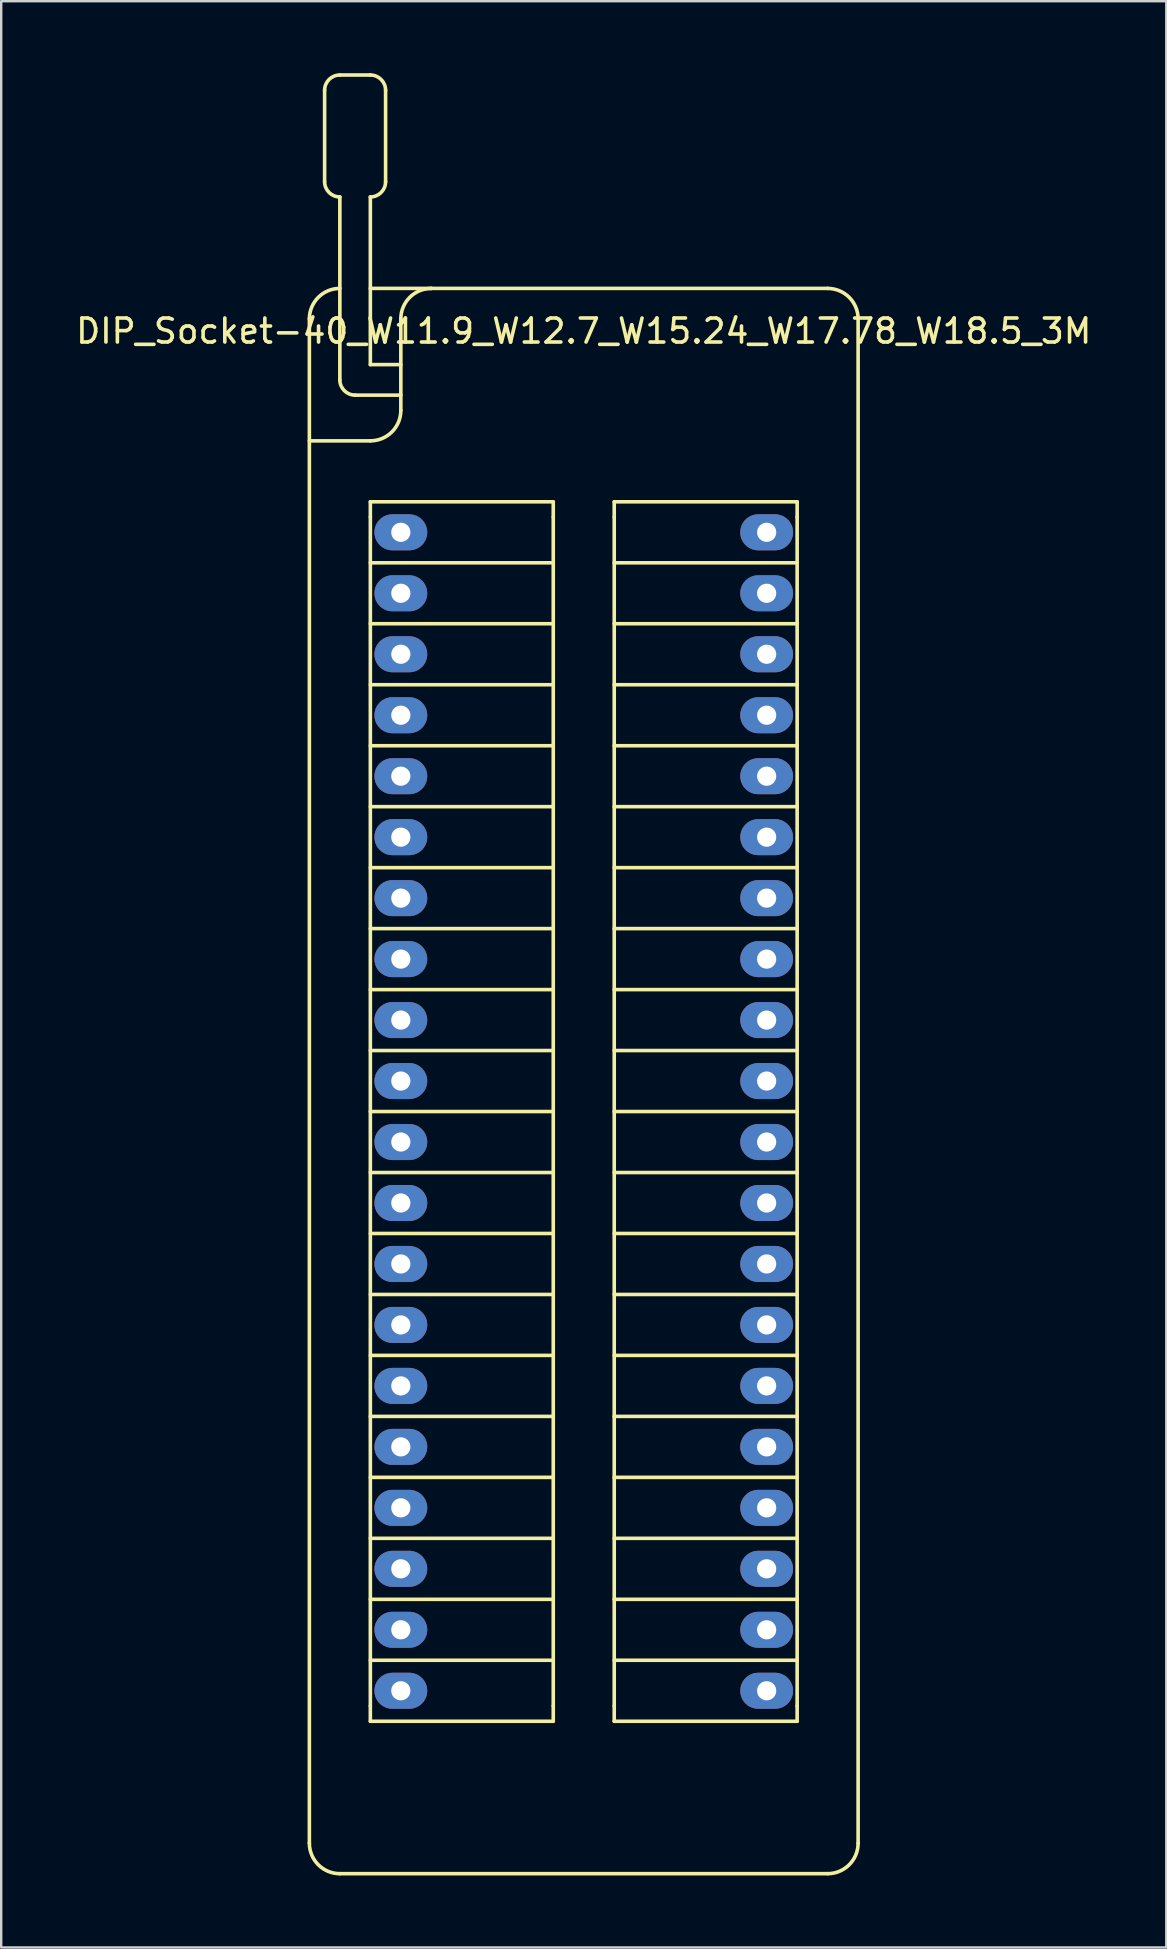
<source format=kicad_pcb>
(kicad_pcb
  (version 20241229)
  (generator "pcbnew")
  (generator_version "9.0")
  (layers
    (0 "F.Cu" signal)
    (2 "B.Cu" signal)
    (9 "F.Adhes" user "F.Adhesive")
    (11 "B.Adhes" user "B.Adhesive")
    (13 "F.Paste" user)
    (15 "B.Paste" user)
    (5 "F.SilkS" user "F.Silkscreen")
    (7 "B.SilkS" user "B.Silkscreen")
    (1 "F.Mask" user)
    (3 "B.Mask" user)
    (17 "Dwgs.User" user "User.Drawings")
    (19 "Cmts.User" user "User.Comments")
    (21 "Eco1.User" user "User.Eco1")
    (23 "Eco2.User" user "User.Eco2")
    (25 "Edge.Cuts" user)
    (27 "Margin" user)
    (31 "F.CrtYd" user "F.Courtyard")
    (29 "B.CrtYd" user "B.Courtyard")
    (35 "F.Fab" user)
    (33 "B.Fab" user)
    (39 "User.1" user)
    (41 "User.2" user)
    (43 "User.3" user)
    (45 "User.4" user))
  (footprint "DIP_Socket-40_W11.9_W12.7_W15.24_W17.78_W18.5_3M"
    (layer "F.Cu")
    (at 21.268 41.858)
    (property "Reference" "DIP_Socket-40_W11.9_W12.7_W15.24_W17.78_W18.5_3M" (at 0 -31.115 0) (layer "F.SilkS") (effects (font (size 1 1) (thickness 0.15))))
    (attr through_hole)
    (fp_line (start -11.43 -31.623) (end -11.43 31.877) (stroke (width 0.15) (type solid)) (layer "F.SilkS"))
    (fp_line (start -10.795 -41.148) (end -10.795 -37.338) (stroke (width 0.15) (type solid)) (layer "F.SilkS"))
    (fp_line (start -10.16 -29.083) (end -10.16 -36.703) (stroke (width 0.15) (type solid)) (layer "F.SilkS"))
    (fp_line (start -10.16 33.147) (end 10.16 33.147) (stroke (width 0.15) (type solid)) (layer "F.SilkS"))
    (fp_line (start -9.525 -28.448) (end -7.62 -28.448) (stroke (width 0.15) (type solid)) (layer "F.SilkS"))
    (fp_line (start -8.89 -41.783) (end -10.16 -41.783) (stroke (width 0.15) (type solid)) (layer "F.SilkS"))
    (fp_line (start -8.89 -36.703) (end -8.89 -29.718) (stroke (width 0.15) (type solid)) (layer "F.SilkS"))
    (fp_line (start -8.89 -32.893) (end -6.35 -32.893) (stroke (width 0.15) (type solid)) (layer "F.SilkS"))
    (fp_line (start -8.89 -29.718) (end -7.62 -29.718) (stroke (width 0.15) (type solid)) (layer "F.SilkS"))
    (fp_line (start -8.89 -26.543) (end -11.43 -26.543) (stroke (width 0.15) (type solid)) (layer "F.SilkS"))
    (fp_line (start -8.89 -24.003) (end -8.89 -23.368) (stroke (width 0.15) (type solid)) (layer "F.SilkS"))
    (fp_line (start -8.89 -24.003) (end -1.27 -24.003) (stroke (width 0.15) (type solid)) (layer "F.SilkS"))
    (fp_line (start -8.89 -23.368) (end -8.89 26.162) (stroke (width 0.15) (type solid)) (layer "F.SilkS"))
    (fp_line (start -8.89 -21.463) (end -1.27 -21.463) (stroke (width 0.15) (type solid)) (layer "F.SilkS"))
    (fp_line (start -8.89 -18.923) (end -1.27 -18.923) (stroke (width 0.15) (type solid)) (layer "F.SilkS"))
    (fp_line (start -8.89 -16.383) (end -1.27 -16.383) (stroke (width 0.15) (type solid)) (layer "F.SilkS"))
    (fp_line (start -8.89 -13.843) (end -1.27 -13.843) (stroke (width 0.15) (type solid)) (layer "F.SilkS"))
    (fp_line (start -8.89 -11.303) (end -1.27 -11.303) (stroke (width 0.15) (type solid)) (layer "F.SilkS"))
    (fp_line (start -8.89 -8.763) (end -1.27 -8.763) (stroke (width 0.15) (type solid)) (layer "F.SilkS"))
    (fp_line (start -8.89 -6.223) (end -1.27 -6.223) (stroke (width 0.15) (type solid)) (layer "F.SilkS"))
    (fp_line (start -8.89 -3.683) (end -1.27 -3.683) (stroke (width 0.15) (type solid)) (layer "F.SilkS"))
    (fp_line (start -8.89 -1.143) (end -1.27 -1.143) (stroke (width 0.15) (type solid)) (layer "F.SilkS"))
    (fp_line (start -8.89 1.397) (end -1.27 1.397) (stroke (width 0.15) (type solid)) (layer "F.SilkS"))
    (fp_line (start -8.89 3.937) (end -1.27 3.937) (stroke (width 0.15) (type solid)) (layer "F.SilkS"))
    (fp_line (start -8.89 6.477) (end -1.27 6.477) (stroke (width 0.15) (type solid)) (layer "F.SilkS"))
    (fp_line (start -8.89 9.017) (end -1.27 9.017) (stroke (width 0.15) (type solid)) (layer "F.SilkS"))
    (fp_line (start -8.89 11.557) (end -1.27 11.557) (stroke (width 0.15) (type solid)) (layer "F.SilkS"))
    (fp_line (start -8.89 14.097) (end -1.27 14.097) (stroke (width 0.15) (type solid)) (layer "F.SilkS"))
    (fp_line (start -8.89 16.637) (end -1.27 16.637) (stroke (width 0.15) (type solid)) (layer "F.SilkS"))
    (fp_line (start -8.89 19.177) (end -1.27 19.177) (stroke (width 0.15) (type solid)) (layer "F.SilkS"))
    (fp_line (start -8.89 21.717) (end -1.27 21.717) (stroke (width 0.15) (type solid)) (layer "F.SilkS"))
    (fp_line (start -8.89 24.257) (end -1.27 24.257) (stroke (width 0.15) (type solid)) (layer "F.SilkS"))
    (fp_line (start -8.89 26.162) (end -8.89 26.797) (stroke (width 0.15) (type solid)) (layer "F.SilkS"))
    (fp_line (start -8.89 26.797) (end -1.27 26.797) (stroke (width 0.15) (type solid)) (layer "F.SilkS"))
    (fp_line (start -8.255 -41.148) (end -8.255 -37.338) (stroke (width 0.15) (type solid)) (layer "F.SilkS"))
    (fp_line (start -7.62 -27.813) (end -7.62 -31.623) (stroke (width 0.15) (type solid)) (layer "F.SilkS"))
    (fp_line (start -1.27 -24.003) (end -1.27 -23.368) (stroke (width 0.15) (type solid)) (layer "F.SilkS"))
    (fp_line (start -1.27 26.162) (end -1.27 -23.368) (stroke (width 0.15) (type solid)) (layer "F.SilkS"))
    (fp_line (start -1.27 26.797) (end -1.27 26.162) (stroke (width 0.15) (type solid)) (layer "F.SilkS"))
    (fp_line (start 1.27 -24.003) (end 1.27 -23.368) (stroke (width 0.15) (type solid)) (layer "F.SilkS"))
    (fp_line (start 1.27 -23.368) (end 1.27 26.162) (stroke (width 0.15) (type solid)) (layer "F.SilkS"))
    (fp_line (start 1.27 -21.463) (end 8.89 -21.463) (stroke (width 0.15) (type solid)) (layer "F.SilkS"))
    (fp_line (start 1.27 -18.923) (end 8.89 -18.923) (stroke (width 0.15) (type solid)) (layer "F.SilkS"))
    (fp_line (start 1.27 -16.383) (end 8.89 -16.383) (stroke (width 0.15) (type solid)) (layer "F.SilkS"))
    (fp_line (start 1.27 -13.843) (end 8.89 -13.843) (stroke (width 0.15) (type solid)) (layer "F.SilkS"))
    (fp_line (start 1.27 -11.303) (end 8.89 -11.303) (stroke (width 0.15) (type solid)) (layer "F.SilkS"))
    (fp_line (start 1.27 -8.763) (end 8.89 -8.763) (stroke (width 0.15) (type solid)) (layer "F.SilkS"))
    (fp_line (start 1.27 -6.223) (end 8.89 -6.223) (stroke (width 0.15) (type solid)) (layer "F.SilkS"))
    (fp_line (start 1.27 -3.683) (end 8.89 -3.683) (stroke (width 0.15) (type solid)) (layer "F.SilkS"))
    (fp_line (start 1.27 -1.143) (end 8.89 -1.143) (stroke (width 0.15) (type solid)) (layer "F.SilkS"))
    (fp_line (start 1.27 1.397) (end 8.89 1.397) (stroke (width 0.15) (type solid)) (layer "F.SilkS"))
    (fp_line (start 1.27 3.937) (end 8.89 3.937) (stroke (width 0.15) (type solid)) (layer "F.SilkS"))
    (fp_line (start 1.27 6.477) (end 8.89 6.477) (stroke (width 0.15) (type solid)) (layer "F.SilkS"))
    (fp_line (start 1.27 9.017) (end 8.89 9.017) (stroke (width 0.15) (type solid)) (layer "F.SilkS"))
    (fp_line (start 1.27 11.557) (end 8.89 11.557) (stroke (width 0.15) (type solid)) (layer "F.SilkS"))
    (fp_line (start 1.27 14.097) (end 8.89 14.097) (stroke (width 0.15) (type solid)) (layer "F.SilkS"))
    (fp_line (start 1.27 16.637) (end 8.89 16.637) (stroke (width 0.15) (type solid)) (layer "F.SilkS"))
    (fp_line (start 1.27 19.177) (end 8.89 19.177) (stroke (width 0.15) (type solid)) (layer "F.SilkS"))
    (fp_line (start 1.27 21.717) (end 8.89 21.717) (stroke (width 0.15) (type solid)) (layer "F.SilkS"))
    (fp_line (start 1.27 24.257) (end 8.89 24.257) (stroke (width 0.15) (type solid)) (layer "F.SilkS"))
    (fp_line (start 1.27 26.162) (end 1.27 26.797) (stroke (width 0.15) (type solid)) (layer "F.SilkS"))
    (fp_line (start 1.27 26.797) (end 8.89 26.797) (stroke (width 0.15) (type solid)) (layer "F.SilkS"))
    (fp_line (start 8.89 -24.003) (end 1.27 -24.003) (stroke (width 0.15) (type solid)) (layer "F.SilkS"))
    (fp_line (start 8.89 -24.003) (end 8.89 -23.368) (stroke (width 0.15) (type solid)) (layer "F.SilkS"))
    (fp_line (start 8.89 26.162) (end 8.89 -23.368) (stroke (width 0.15) (type solid)) (layer "F.SilkS"))
    (fp_line (start 8.89 26.797) (end 8.89 26.162) (stroke (width 0.15) (type solid)) (layer "F.SilkS"))
    (fp_line (start 10.16 -32.893) (end -6.35 -32.893) (stroke (width 0.15) (type solid)) (layer "F.SilkS"))
    (fp_line (start 11.43 31.877) (end 11.43 -31.623) (stroke (width 0.15) (type solid)) (layer "F.SilkS"))
    (fp_arc (start -11.43 -31.623) (mid -11.058026 -32.521026) (end -10.16 -32.893) (stroke (width 0.15) (type solid)) (layer "F.SilkS"))
    (fp_arc (start -10.795 -41.148) (mid -10.609013 -41.597013) (end -10.16 -41.783) (stroke (width 0.15) (type solid)) (layer "F.SilkS"))
    (fp_arc (start -10.16 -36.703) (mid -10.609013 -36.888987) (end -10.795 -37.338) (stroke (width 0.15) (type solid)) (layer "F.SilkS"))
    (fp_arc (start -10.16 33.147) (mid -11.058026 32.775026) (end -11.43 31.877) (stroke (width 0.15) (type solid)) (layer "F.SilkS"))
    (fp_arc (start -9.525 -28.448) (mid -9.974013 -28.633987) (end -10.16 -29.083) (stroke (width 0.15) (type solid)) (layer "F.SilkS"))
    (fp_arc (start -8.89 -41.783) (mid -8.440987 -41.597013) (end -8.255 -41.148) (stroke (width 0.15) (type solid)) (layer "F.SilkS"))
    (fp_arc (start -8.255 -37.338) (mid -8.440987 -36.888987) (end -8.89 -36.703) (stroke (width 0.15) (type solid)) (layer "F.SilkS"))
    (fp_arc (start -7.62 -31.623) (mid -7.248026 -32.521026) (end -6.35 -32.893) (stroke (width 0.15) (type solid)) (layer "F.SilkS"))
    (fp_arc (start -7.62 -27.813) (mid -7.991974 -26.914974) (end -8.89 -26.543) (stroke (width 0.15) (type solid)) (layer "F.SilkS"))
    (fp_arc (start 10.16 -32.893) (mid 11.058026 -32.521026) (end 11.43 -31.623) (stroke (width 0.15) (type solid)) (layer "F.SilkS"))
    (fp_arc (start 11.43 31.877) (mid 11.058026 32.775026) (end 10.16 33.147) (stroke (width 0.15) (type solid)) (layer "F.SilkS"))
    (pad "1" thru_hole oval (at -7.62 -22.733) (size 2.2 1.501) (drill 0.8) (layers "*.Cu" "*.Mask"))
    (pad "2" thru_hole oval (at -7.62 -20.193) (size 2.2 1.501) (drill 0.8) (layers "*.Cu" "*.Mask"))
    (pad "3" thru_hole oval (at -7.62 -17.653) (size 2.2 1.501) (drill 0.8) (layers "*.Cu" "*.Mask"))
    (pad "4" thru_hole oval (at -7.62 -15.113) (size 2.2 1.501) (drill 0.8) (layers "*.Cu" "*.Mask"))
    (pad "5" thru_hole oval (at -7.62 -12.573) (size 2.2 1.501) (drill 0.8) (layers "*.Cu" "*.Mask"))
    (pad "6" thru_hole oval (at -7.62 -10.033) (size 2.2 1.501) (drill 0.8) (layers "*.Cu" "*.Mask"))
    (pad "7" thru_hole oval (at -7.62 -7.493) (size 2.2 1.501) (drill 0.8) (layers "*.Cu" "*.Mask"))
    (pad "8" thru_hole oval (at -7.62 -4.953) (size 2.2 1.501) (drill 0.8) (layers "*.Cu" "*.Mask"))
    (pad "9" thru_hole oval (at -7.62 -2.413) (size 2.2 1.501) (drill 0.8) (layers "*.Cu" "*.Mask"))
    (pad "10" thru_hole oval (at -7.62 0.127) (size 2.2 1.501) (drill 0.8) (layers "*.Cu" "*.Mask"))
    (pad "11" thru_hole oval (at -7.62 2.667) (size 2.2 1.501) (drill 0.8) (layers "*.Cu" "*.Mask"))
    (pad "12" thru_hole oval (at -7.62 5.207) (size 2.2 1.501) (drill 0.8) (layers "*.Cu" "*.Mask"))
    (pad "13" thru_hole oval (at -7.62 7.747) (size 2.2 1.501) (drill 0.8) (layers "*.Cu" "*.Mask"))
    (pad "14" thru_hole oval (at -7.62 10.287) (size 2.2 1.501) (drill 0.8) (layers "*.Cu" "*.Mask"))
    (pad "15" thru_hole oval (at -7.62 12.827) (size 2.2 1.501) (drill 0.8) (layers "*.Cu" "*.Mask"))
    (pad "16" thru_hole oval (at -7.62 15.367) (size 2.2 1.501) (drill 0.8) (layers "*.Cu" "*.Mask"))
    (pad "17" thru_hole oval (at -7.62 17.907) (size 2.2 1.501) (drill 0.8) (layers "*.Cu" "*.Mask"))
    (pad "18" thru_hole oval (at -7.62 20.447) (size 2.2 1.501) (drill 0.8) (layers "*.Cu" "*.Mask"))
    (pad "19" thru_hole oval (at -7.62 22.987) (size 2.2 1.501) (drill 0.8) (layers "*.Cu" "*.Mask"))
    (pad "20" thru_hole oval (at -7.62 25.527) (size 2.2 1.501) (drill 0.8) (layers "*.Cu" "*.Mask"))
    (pad "21" thru_hole oval (at 7.62 25.527) (size 2.2 1.501) (drill 0.8) (layers "*.Cu" "*.Mask"))
    (pad "22" thru_hole oval (at 7.62 22.987) (size 2.2 1.501) (drill 0.8) (layers "*.Cu" "*.Mask"))
    (pad "23" thru_hole oval (at 7.62 20.447) (size 2.2 1.501) (drill 0.8) (layers "*.Cu" "*.Mask"))
    (pad "24" thru_hole oval (at 7.62 17.907) (size 2.2 1.501) (drill 0.8) (layers "*.Cu" "*.Mask"))
    (pad "25" thru_hole oval (at 7.62 15.367) (size 2.2 1.501) (drill 0.8) (layers "*.Cu" "*.Mask"))
    (pad "26" thru_hole oval (at 7.62 12.827) (size 2.2 1.501) (drill 0.8) (layers "*.Cu" "*.Mask"))
    (pad "27" thru_hole oval (at 7.62 10.287) (size 2.2 1.501) (drill 0.8) (layers "*.Cu" "*.Mask"))
    (pad "28" thru_hole oval (at 7.62 7.747) (size 2.2 1.501) (drill 0.8) (layers "*.Cu" "*.Mask"))
    (pad "29" thru_hole oval (at 7.62 5.207) (size 2.2 1.501) (drill 0.8) (layers "*.Cu" "*.Mask"))
    (pad "30" thru_hole oval (at 7.62 2.667) (size 2.2 1.501) (drill 0.8) (layers "*.Cu" "*.Mask"))
    (pad "31" thru_hole oval (at 7.62 0.127) (size 2.2 1.501) (drill 0.8) (layers "*.Cu" "*.Mask"))
    (pad "32" thru_hole oval (at 7.62 -2.413) (size 2.2 1.501) (drill 0.8) (layers "*.Cu" "*.Mask"))
    (pad "33" thru_hole oval (at 7.62 -4.953) (size 2.2 1.501) (drill 0.8) (layers "*.Cu" "*.Mask"))
    (pad "34" thru_hole oval (at 7.62 -7.493) (size 2.2 1.501) (drill 0.8) (layers "*.Cu" "*.Mask"))
    (pad "35" thru_hole oval (at 7.62 -10.033) (size 2.2 1.501) (drill 0.8) (layers "*.Cu" "*.Mask"))
    (pad "36" thru_hole oval (at 7.62 -12.573) (size 2.2 1.501) (drill 0.8) (layers "*.Cu" "*.Mask"))
    (pad "37" thru_hole oval (at 7.62 -15.113) (size 2.2 1.501) (drill 0.8) (layers "*.Cu" "*.Mask"))
    (pad "38" thru_hole oval (at 7.62 -17.653) (size 2.2 1.501) (drill 0.8) (layers "*.Cu" "*.Mask"))
    (pad "39" thru_hole oval (at 7.62 -20.193) (size 2.2 1.501) (drill 0.8) (layers "*.Cu" "*.Mask"))
    (pad "40" thru_hole oval (at 7.62 -22.733) (size 2.2 1.501) (drill 0.8) (layers "*.Cu" "*.Mask")))
  (gr_rect
    (start -3 -3)
    (end 45.536 78.08)
    (stroke (width 0.1) (type default))
    (fill no)
    (layer "Edge.Cuts")))
</source>
